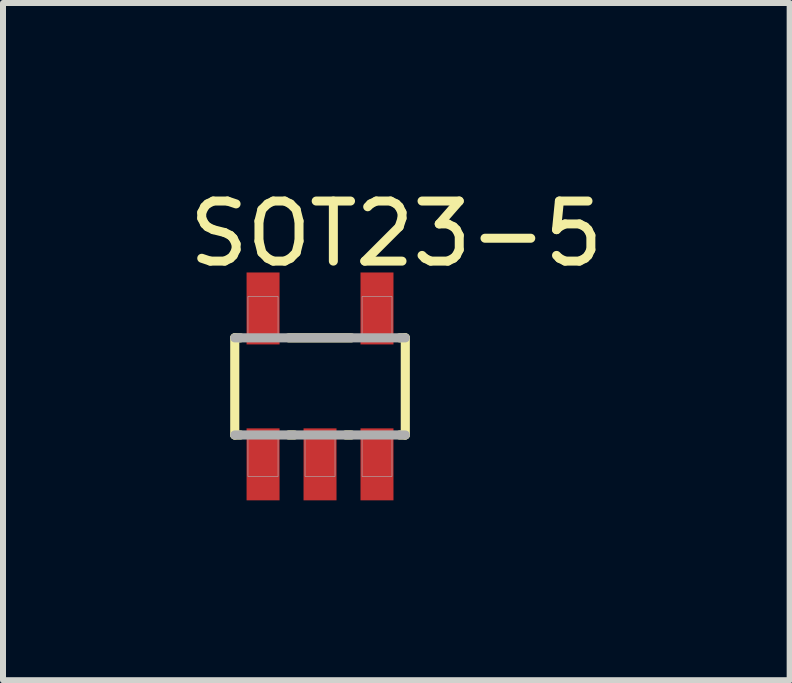
<source format=kicad_pcb>
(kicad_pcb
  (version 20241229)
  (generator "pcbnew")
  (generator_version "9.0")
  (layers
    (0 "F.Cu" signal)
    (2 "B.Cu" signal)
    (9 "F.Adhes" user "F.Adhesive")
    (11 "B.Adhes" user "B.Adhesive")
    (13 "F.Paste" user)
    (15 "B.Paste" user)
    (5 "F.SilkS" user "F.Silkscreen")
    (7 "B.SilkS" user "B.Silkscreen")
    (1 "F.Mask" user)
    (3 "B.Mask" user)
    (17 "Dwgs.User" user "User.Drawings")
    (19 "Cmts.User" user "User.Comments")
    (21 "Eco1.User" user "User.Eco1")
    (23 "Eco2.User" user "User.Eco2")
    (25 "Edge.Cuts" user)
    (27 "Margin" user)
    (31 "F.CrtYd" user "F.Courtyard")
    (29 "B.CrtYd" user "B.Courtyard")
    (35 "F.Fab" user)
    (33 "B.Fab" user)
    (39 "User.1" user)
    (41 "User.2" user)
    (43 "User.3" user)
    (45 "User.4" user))
  (footprint "SOT23-5"
    (layer "F.Cu")
    (at 2.287 3.394)
    (property "Reference" "SOT23-5" (at 1.272 -2.545 0) (layer "F.SilkS") (effects (font (size 1.002 1.002) (thickness 0.15))))
    (attr smd)
    (fp_line (start -1.422 -0.81) (end -1.328 -0.81) (stroke (width 0.152) (type solid)) (layer "F.SilkS"))
    (fp_line (start -1.422 0.81) (end -1.422 -0.81) (stroke (width 0.152) (type solid)) (layer "F.SilkS"))
    (fp_line (start -1.328 0.81) (end -1.422 0.81) (stroke (width 0.152) (type solid)) (layer "F.SilkS"))
    (fp_line (start -0.522 -0.81) (end 0.522 -0.81) (stroke (width 0.152) (type solid)) (layer "F.SilkS"))
    (fp_line (start -0.428 0.81) (end -0.522 0.81) (stroke (width 0.152) (type solid)) (layer "F.SilkS"))
    (fp_line (start 0.522 0.81) (end 0.428 0.81) (stroke (width 0.152) (type solid)) (layer "F.SilkS"))
    (fp_line (start 1.328 -0.81) (end 1.422 -0.81) (stroke (width 0.152) (type solid)) (layer "F.SilkS"))
    (fp_line (start 1.422 -0.81) (end 1.422 0.81) (stroke (width 0.152) (type solid)) (layer "F.SilkS"))
    (fp_line (start 1.422 0.81) (end 1.328 0.81) (stroke (width 0.152) (type solid)) (layer "F.SilkS"))
    (fp_line (start -1.422 -0.81) (end 1.422 -0.81) (stroke (width 0.152) (type solid)) (layer "F.Fab"))
    (fp_line (start 1.422 0.81) (end -1.422 0.81) (stroke (width 0.152) (type solid)) (layer "F.Fab"))
    (fp_poly (pts (xy -1.202 -1.5) (xy -0.7 -1.5) (xy -0.7 -0.851) (xy -1.202 -0.851)) (stroke (width 0.01) (type solid)) (fill no) (layer "F.Fab"))
    (fp_poly (pts (xy -1.202 0.85) (xy -0.7 0.85) (xy -0.7 1.502) (xy -1.202 1.502)) (stroke (width 0.01) (type solid)) (fill no) (layer "F.Fab"))
    (fp_poly (pts (xy -0.25 0.85) (xy 0.25 0.85) (xy 0.25 1.501) (xy -0.25 1.501)) (stroke (width 0.01) (type solid)) (fill no) (layer "F.Fab"))
    (fp_poly (pts (xy 0.701 0.85) (xy 1.2 0.85) (xy 1.2 1.502) (xy 0.701 1.502)) (stroke (width 0.01) (type solid)) (fill no) (layer "F.Fab"))
    (fp_poly (pts (xy 0.701 -1.5) (xy 1.2 -1.5) (xy 1.2 -0.851) (xy 0.701 -0.851)) (stroke (width 0.01) (type solid)) (fill no) (layer "F.Fab"))
    (pad "1" smd rect (at -0.95 1.3) (size 0.55 1.2) (layers "F.Cu" "F.Mask" "F.Paste"))
    (pad "2" smd rect (at 0 1.3) (size 0.55 1.2) (layers "F.Cu" "F.Mask" "F.Paste"))
    (pad "3" smd rect (at 0.95 1.3) (size 0.55 1.2) (layers "F.Cu" "F.Mask" "F.Paste"))
    (pad "4" smd rect (at 0.95 -1.3) (size 0.55 1.2) (layers "F.Cu" "F.Mask" "F.Paste"))
    (pad "5" smd rect (at -0.95 -1.3) (size 0.55 1.2) (layers "F.Cu" "F.Mask" "F.Paste")))
  (gr_rect
    (start -3 -3)
    (end 10.119 8.294)
    (stroke (width 0.1) (type default))
    (fill no)
    (layer "Edge.Cuts")))
</source>
